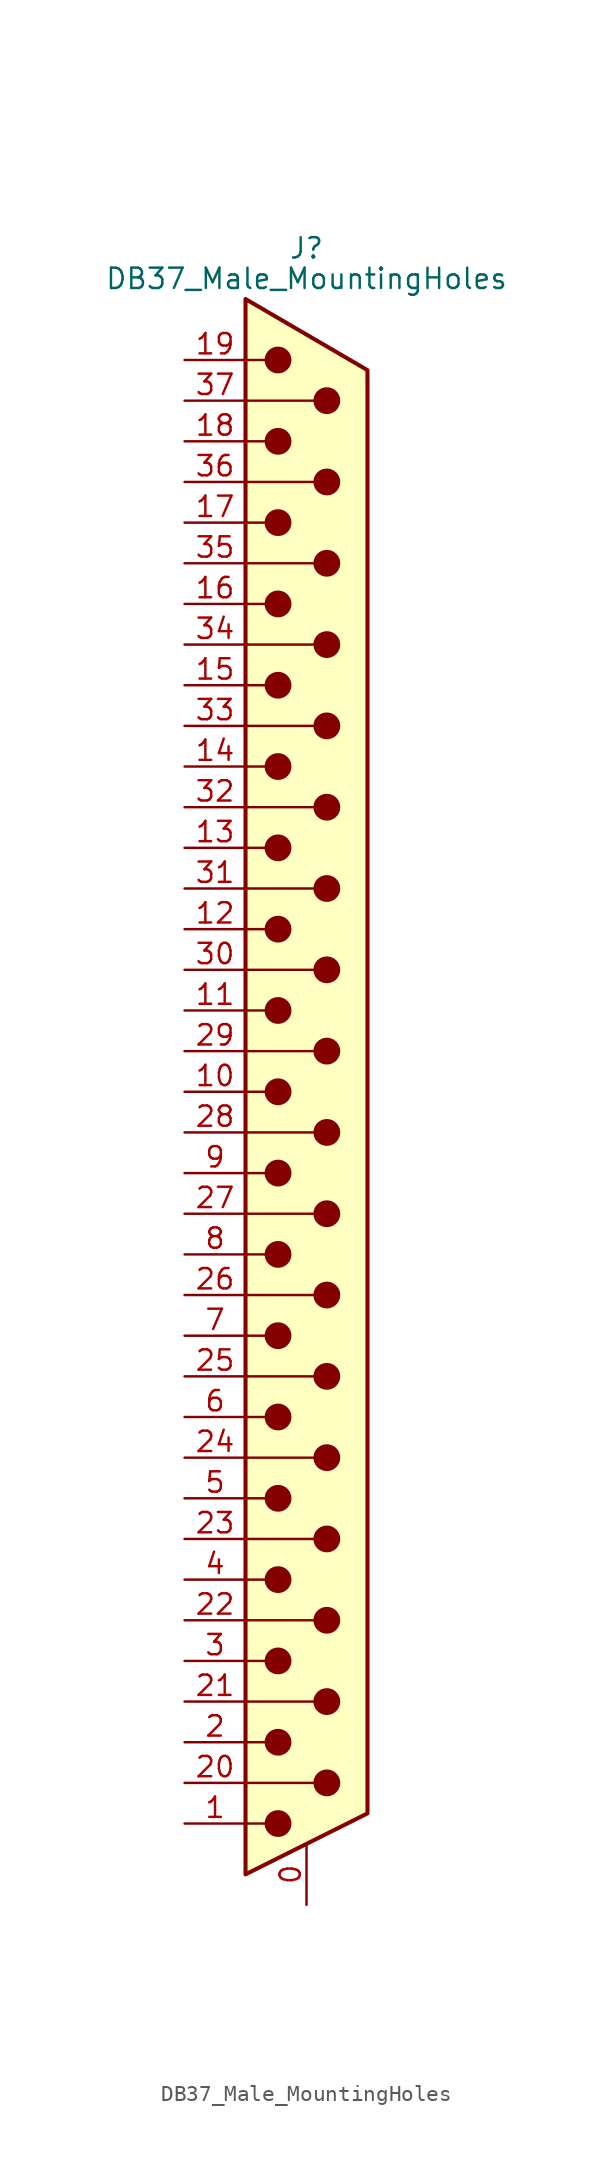
<source format=kicad_sym>
(kicad_symbol_lib
  (version 20201005)
  (generator kicad_symbol_editor)
  (symbol "Connector:DB37_Male_MountingHoles"
    (pin_names
      (offset 1.016) hide)
    (property "Reference" "J"
      (at 0 52.705 0)
      (effects (font (size 1.27 1.27))))
    (property "Value" "DB37_Male_MountingHoles"
      (at 0 50.8 0)
      (effects (font (size 1.27 1.27))))
    (symbol "DB37_Male_MountingHoles_0_1"
      (circle (center -1.778 -45.72) (radius 0.762) (stroke (width 0)) (fill (type outline)))
      (circle (center -1.778 -40.64) (radius 0.762) (stroke (width 0)) (fill (type outline)))
      (circle (center -1.778 -35.56) (radius 0.762) (stroke (width 0)) (fill (type outline)))
      (circle (center -1.778 -30.48) (radius 0.762) (stroke (width 0)) (fill (type outline)))
      (circle (center -1.778 -25.4) (radius 0.762) (stroke (width 0)) (fill (type outline)))
      (circle (center -1.778 -20.32) (radius 0.762) (stroke (width 0)) (fill (type outline)))
      (circle (center -1.778 -15.24) (radius 0.762) (stroke (width 0)) (fill (type outline)))
      (circle (center -1.778 -10.16) (radius 0.762) (stroke (width 0)) (fill (type outline)))
      (circle (center -1.778 -5.08) (radius 0.762) (stroke (width 0)) (fill (type outline)))
      (circle (center -1.778 0) (radius 0.762) (stroke (width 0)) (fill (type outline)))
      (circle (center -1.778 5.08) (radius 0.762) (stroke (width 0)) (fill (type outline)))
      (circle (center -1.778 10.16) (radius 0.762) (stroke (width 0)) (fill (type outline)))
      (circle (center -1.778 15.24) (radius 0.762) (stroke (width 0)) (fill (type outline)))
      (circle (center -1.778 20.32) (radius 0.762) (stroke (width 0)) (fill (type outline)))
      (circle (center -1.778 25.4) (radius 0.762) (stroke (width 0)) (fill (type outline)))
      (circle (center -1.778 30.48) (radius 0.762) (stroke (width 0)) (fill (type outline)))
      (circle (center -1.778 35.56) (radius 0.762) (stroke (width 0)) (fill (type outline)))
      (circle (center -1.778 40.64) (radius 0.762) (stroke (width 0)) (fill (type outline)))
      (circle (center -1.778 45.72) (radius 0.762) (stroke (width 0)) (fill (type outline)))
      (circle (center 1.27 -43.18) (radius 0.762) (stroke (width 0)) (fill (type outline)))
      (circle (center 1.27 -38.1) (radius 0.762) (stroke (width 0)) (fill (type outline)))
      (circle (center 1.27 -33.02) (radius 0.762) (stroke (width 0)) (fill (type outline)))
      (circle (center 1.27 -27.94) (radius 0.762) (stroke (width 0)) (fill (type outline)))
      (circle (center 1.27 -22.86) (radius 0.762) (stroke (width 0)) (fill (type outline)))
      (circle (center 1.27 -17.78) (radius 0.762) (stroke (width 0)) (fill (type outline)))
      (circle (center 1.27 -12.7) (radius 0.762) (stroke (width 0)) (fill (type outline)))
      (circle (center 1.27 -7.62) (radius 0.762) (stroke (width 0)) (fill (type outline)))
      (circle (center 1.27 -2.54) (radius 0.762) (stroke (width 0)) (fill (type outline)))
      (circle (center 1.27 2.54) (radius 0.762) (stroke (width 0)) (fill (type outline)))
      (circle (center 1.27 7.62) (radius 0.762) (stroke (width 0)) (fill (type outline)))
      (circle (center 1.27 12.7) (radius 0.762) (stroke (width 0)) (fill (type outline)))
      (circle (center 1.27 17.78) (radius 0.762) (stroke (width 0)) (fill (type outline)))
      (circle (center 1.27 22.86) (radius 0.762) (stroke (width 0)) (fill (type outline)))
      (circle (center 1.27 27.94) (radius 0.762) (stroke (width 0)) (fill (type outline)))
      (circle (center 1.27 33.02) (radius 0.762) (stroke (width 0)) (fill (type outline)))
      (circle (center 1.27 38.1) (radius 0.762) (stroke (width 0)) (fill (type outline)))
      (circle (center 1.27 43.18) (radius 0.762) (stroke (width 0)) (fill (type outline)))
      (polyline (pts (xy -3.81 -45.72) (xy -2.54 -45.72)) (stroke (width 0)) (fill (type none)))
      (polyline (pts (xy -3.81 -43.18) (xy 0.508 -43.18)) (stroke (width 0)) (fill (type none)))
      (polyline (pts (xy -3.81 -40.64) (xy -2.54 -40.64)) (stroke (width 0)) (fill (type none)))
      (polyline (pts (xy -3.81 -38.1) (xy 0.508 -38.1)) (stroke (width 0)) (fill (type none)))
      (polyline (pts (xy -3.81 -35.56) (xy -2.54 -35.56)) (stroke (width 0)) (fill (type none)))
      (polyline (pts (xy -3.81 -33.02) (xy 0.508 -33.02)) (stroke (width 0)) (fill (type none)))
      (polyline (pts (xy -3.81 -30.48) (xy -2.54 -30.48)) (stroke (width 0)) (fill (type none)))
      (polyline (pts (xy -3.81 -27.94) (xy 0.508 -27.94)) (stroke (width 0)) (fill (type none)))
      (polyline (pts (xy -3.81 -25.4) (xy -2.54 -25.4)) (stroke (width 0)) (fill (type none)))
      (polyline (pts (xy -3.81 -22.86) (xy 0.508 -22.86)) (stroke (width 0)) (fill (type none)))
      (polyline (pts (xy -3.81 -20.32) (xy -2.54 -20.32)) (stroke (width 0)) (fill (type none)))
      (polyline (pts (xy -3.81 -17.78) (xy 0.508 -17.78)) (stroke (width 0)) (fill (type none)))
      (polyline (pts (xy -3.81 -15.24) (xy -2.54 -15.24)) (stroke (width 0)) (fill (type none)))
      (polyline (pts (xy -3.81 -12.7) (xy 0.508 -12.7)) (stroke (width 0)) (fill (type none)))
      (polyline (pts (xy -3.81 -10.16) (xy -2.54 -10.16)) (stroke (width 0)) (fill (type none)))
      (polyline (pts (xy -3.81 -7.62) (xy 0.508 -7.62)) (stroke (width 0)) (fill (type none)))
      (polyline (pts (xy -3.81 -5.08) (xy -2.54 -5.08)) (stroke (width 0)) (fill (type none)))
      (polyline (pts (xy -3.81 -2.54) (xy 0.508 -2.54)) (stroke (width 0)) (fill (type none)))
      (polyline (pts (xy -3.81 0) (xy -2.54 0)) (stroke (width 0)) (fill (type none)))
      (polyline (pts (xy -3.81 2.54) (xy 0.508 2.54)) (stroke (width 0)) (fill (type none)))
      (polyline (pts (xy -3.81 5.08) (xy -2.54 5.08)) (stroke (width 0)) (fill (type none)))
      (polyline (pts (xy -3.81 7.62) (xy 0.508 7.62)) (stroke (width 0)) (fill (type none)))
      (polyline (pts (xy -3.81 10.16) (xy -2.54 10.16)) (stroke (width 0)) (fill (type none)))
      (polyline (pts (xy -3.81 12.7) (xy 0.508 12.7)) (stroke (width 0)) (fill (type none)))
      (polyline (pts (xy -3.81 15.24) (xy -2.54 15.24)) (stroke (width 0)) (fill (type none)))
      (polyline (pts (xy -3.81 17.78) (xy 0.508 17.78)) (stroke (width 0)) (fill (type none)))
      (polyline (pts (xy -3.81 20.32) (xy -2.54 20.32)) (stroke (width 0)) (fill (type none)))
      (polyline (pts (xy -3.81 22.86) (xy 0.508 22.86)) (stroke (width 0)) (fill (type none)))
      (polyline (pts (xy -3.81 25.4) (xy -2.54 25.4)) (stroke (width 0)) (fill (type none)))
      (polyline (pts (xy -3.81 27.94) (xy 0.508 27.94)) (stroke (width 0)) (fill (type none)))
      (polyline (pts (xy -3.81 30.48) (xy -2.54 30.48)) (stroke (width 0)) (fill (type none)))
      (polyline (pts (xy -3.81 33.02) (xy 0.508 33.02)) (stroke (width 0)) (fill (type none)))
      (polyline (pts (xy -3.81 35.56) (xy -2.54 35.56)) (stroke (width 0)) (fill (type none)))
      (polyline (pts (xy -3.81 38.1) (xy 0.508 38.1)) (stroke (width 0)) (fill (type none)))
      (polyline (pts (xy -3.81 40.64) (xy -2.54 40.64)) (stroke (width 0)) (fill (type none)))
      (polyline (pts (xy -3.81 43.18) (xy 0.508 43.18)) (stroke (width 0)) (fill (type none)))
      (polyline (pts (xy -3.81 45.72) (xy -2.54 45.72)) (stroke (width 0)) (fill (type none)))
      (polyline (pts (xy -3.81 49.53) (xy 3.81 45.085) (xy 3.81 -45.085) (xy -3.81 -48.895) (xy -3.81 49.53)) (stroke (width 0.254)) (fill (type background))))
    (symbol "DB37_Male_MountingHoles_1_1"
      (pin passive line (at 0 -50.8 90) (length 3.81) (name "PAD" (effects (font (size 1.27 1.27)))) (number "0" (effects (font (size 1.27 1.27)))))
      (pin passive line (at -7.62 -45.72 0) (length 3.81) (name "1" (effects (font (size 1.27 1.27)))) (number "1" (effects (font (size 1.27 1.27)))))
      (pin passive line (at -7.62 0 0) (length 3.81) (name "10" (effects (font (size 1.27 1.27)))) (number "10" (effects (font (size 1.27 1.27)))))
      (pin passive line (at -7.62 5.08 0) (length 3.81) (name "11" (effects (font (size 1.27 1.27)))) (number "11" (effects (font (size 1.27 1.27)))))
      (pin passive line (at -7.62 10.16 0) (length 3.81) (name "12" (effects (font (size 1.27 1.27)))) (number "12" (effects (font (size 1.27 1.27)))))
      (pin passive line (at -7.62 15.24 0) (length 3.81) (name "13" (effects (font (size 1.27 1.27)))) (number "13" (effects (font (size 1.27 1.27)))))
      (pin passive line (at -7.62 20.32 0) (length 3.81) (name "14" (effects (font (size 1.27 1.27)))) (number "14" (effects (font (size 1.27 1.27)))))
      (pin passive line (at -7.62 25.4 0) (length 3.81) (name "15" (effects (font (size 1.27 1.27)))) (number "15" (effects (font (size 1.27 1.27)))))
      (pin passive line (at -7.62 30.48 0) (length 3.81) (name "16" (effects (font (size 1.27 1.27)))) (number "16" (effects (font (size 1.27 1.27)))))
      (pin passive line (at -7.62 35.56 0) (length 3.81) (name "17" (effects (font (size 1.27 1.27)))) (number "17" (effects (font (size 1.27 1.27)))))
      (pin passive line (at -7.62 40.64 0) (length 3.81) (name "18" (effects (font (size 1.27 1.27)))) (number "18" (effects (font (size 1.27 1.27)))))
      (pin passive line (at -7.62 45.72 0) (length 3.81) (name "19" (effects (font (size 1.27 1.27)))) (number "19" (effects (font (size 1.27 1.27)))))
      (pin passive line (at -7.62 -40.64 0) (length 3.81) (name "2" (effects (font (size 1.27 1.27)))) (number "2" (effects (font (size 1.27 1.27)))))
      (pin passive line (at -7.62 -43.18 0) (length 3.81) (name "20" (effects (font (size 1.27 1.27)))) (number "20" (effects (font (size 1.27 1.27)))))
      (pin passive line (at -7.62 -38.1 0) (length 3.81) (name "21" (effects (font (size 1.27 1.27)))) (number "21" (effects (font (size 1.27 1.27)))))
      (pin passive line (at -7.62 -33.02 0) (length 3.81) (name "22" (effects (font (size 1.27 1.27)))) (number "22" (effects (font (size 1.27 1.27)))))
      (pin passive line (at -7.62 -27.94 0) (length 3.81) (name "23" (effects (font (size 1.27 1.27)))) (number "23" (effects (font (size 1.27 1.27)))))
      (pin passive line (at -7.62 -22.86 0) (length 3.81) (name "24" (effects (font (size 1.27 1.27)))) (number "24" (effects (font (size 1.27 1.27)))))
      (pin passive line (at -7.62 -17.78 0) (length 3.81) (name "25" (effects (font (size 1.27 1.27)))) (number "25" (effects (font (size 1.27 1.27)))))
      (pin passive line (at -7.62 -12.7 0) (length 3.81) (name "26" (effects (font (size 1.27 1.27)))) (number "26" (effects (font (size 1.27 1.27)))))
      (pin passive line (at -7.62 -7.62 0) (length 3.81) (name "27" (effects (font (size 1.27 1.27)))) (number "27" (effects (font (size 1.27 1.27)))))
      (pin passive line (at -7.62 -2.54 0) (length 3.81) (name "28" (effects (font (size 1.27 1.27)))) (number "28" (effects (font (size 1.27 1.27)))))
      (pin passive line (at -7.62 2.54 0) (length 3.81) (name "29" (effects (font (size 1.27 1.27)))) (number "29" (effects (font (size 1.27 1.27)))))
      (pin passive line (at -7.62 -35.56 0) (length 3.81) (name "3" (effects (font (size 1.27 1.27)))) (number "3" (effects (font (size 1.27 1.27)))))
      (pin passive line (at -7.62 7.62 0) (length 3.81) (name "30" (effects (font (size 1.27 1.27)))) (number "30" (effects (font (size 1.27 1.27)))))
      (pin passive line (at -7.62 12.7 0) (length 3.81) (name "31" (effects (font (size 1.27 1.27)))) (number "31" (effects (font (size 1.27 1.27)))))
      (pin passive line (at -7.62 17.78 0) (length 3.81) (name "32" (effects (font (size 1.27 1.27)))) (number "32" (effects (font (size 1.27 1.27)))))
      (pin passive line (at -7.62 22.86 0) (length 3.81) (name "33" (effects (font (size 1.27 1.27)))) (number "33" (effects (font (size 1.27 1.27)))))
      (pin passive line (at -7.62 27.94 0) (length 3.81) (name "34" (effects (font (size 1.27 1.27)))) (number "34" (effects (font (size 1.27 1.27)))))
      (pin passive line (at -7.62 33.02 0) (length 3.81) (name "35" (effects (font (size 1.27 1.27)))) (number "35" (effects (font (size 1.27 1.27)))))
      (pin passive line (at -7.62 38.1 0) (length 3.81) (name "36" (effects (font (size 1.27 1.27)))) (number "36" (effects (font (size 1.27 1.27)))))
      (pin passive line (at -7.62 43.18 0) (length 3.81) (name "37" (effects (font (size 1.27 1.27)))) (number "37" (effects (font (size 1.27 1.27)))))
      (pin passive line (at -7.62 -30.48 0) (length 3.81) (name "4" (effects (font (size 1.27 1.27)))) (number "4" (effects (font (size 1.27 1.27)))))
      (pin passive line (at -7.62 -25.4 0) (length 3.81) (name "5" (effects (font (size 1.27 1.27)))) (number "5" (effects (font (size 1.27 1.27)))))
      (pin passive line (at -7.62 -20.32 0) (length 3.81) (name "6" (effects (font (size 1.27 1.27)))) (number "6" (effects (font (size 1.27 1.27)))))
      (pin passive line (at -7.62 -15.24 0) (length 3.81) (name "7" (effects (font (size 1.27 1.27)))) (number "7" (effects (font (size 1.27 1.27)))))
      (pin passive line (at -7.62 -10.16 0) (length 3.81) (name "8" (effects (font (size 1.27 1.27)))) (number "8" (effects (font (size 1.27 1.27)))))
      (pin passive line (at -7.62 -5.08 0) (length 3.81) (name "9" (effects (font (size 1.27 1.27)))) (number "9" (effects (font (size 1.27 1.27))))))))
</source>
